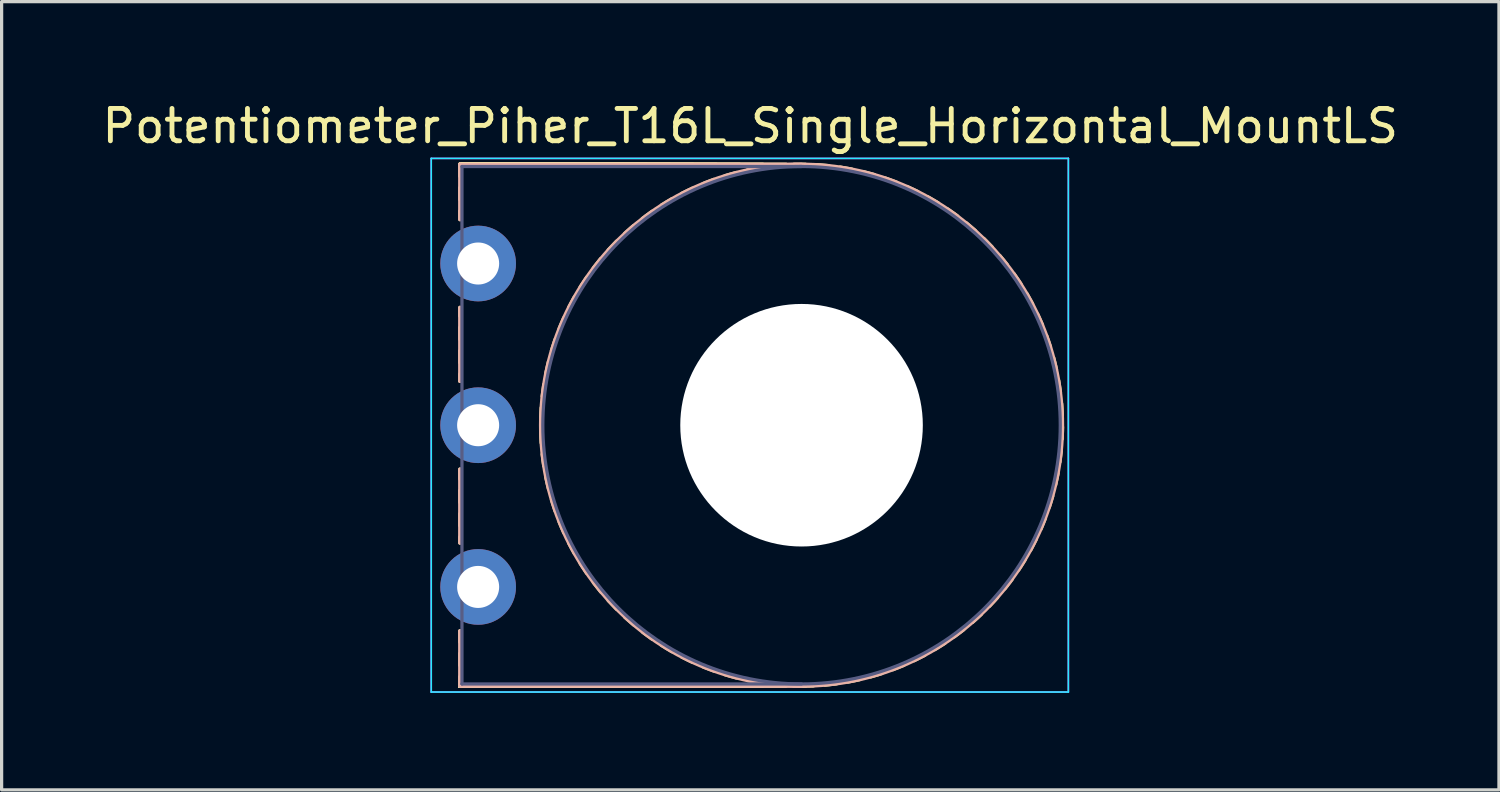
<source format=kicad_pcb>
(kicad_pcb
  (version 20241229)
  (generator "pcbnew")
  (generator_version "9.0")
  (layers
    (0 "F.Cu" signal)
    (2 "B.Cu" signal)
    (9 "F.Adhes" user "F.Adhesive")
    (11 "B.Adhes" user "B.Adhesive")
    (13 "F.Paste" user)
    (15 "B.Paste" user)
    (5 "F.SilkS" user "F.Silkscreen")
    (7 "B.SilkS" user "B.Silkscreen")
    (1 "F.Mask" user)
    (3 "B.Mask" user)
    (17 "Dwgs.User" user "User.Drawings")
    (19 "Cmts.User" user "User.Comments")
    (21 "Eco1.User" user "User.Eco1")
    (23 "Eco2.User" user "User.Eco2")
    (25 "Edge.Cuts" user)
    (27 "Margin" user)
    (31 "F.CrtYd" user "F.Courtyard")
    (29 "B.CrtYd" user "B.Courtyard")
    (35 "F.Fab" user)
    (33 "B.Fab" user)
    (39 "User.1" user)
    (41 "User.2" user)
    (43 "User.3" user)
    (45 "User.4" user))
  (footprint "Potentiometer_Piher_T16L_Single_Horizontal_MountLS"
    (layer "F.Cu")
    (at 11.734 15.098)
    (property "Reference" "Potentiometer_Piher_T16L_Single_Horizontal_MountLS" (at 8.415 -14.25 0) (layer "F.SilkS") (effects (font (size 1 1) (thickness 0.15))))
    (attr through_hole)
    (fp_line (start -0.56 -13.061) (end -0.56 -13.061) (stroke (width 0.12) (type solid)) (layer "F.SilkS"))
    (fp_line (start -0.56 -13.061) (end -0.56 -12.701) (stroke (width 0.12) (type solid)) (layer "F.SilkS"))
    (fp_line (start -0.56 -13.061) (end 0.16 -13.061) (stroke (width 0.12) (type solid)) (layer "F.SilkS"))
    (fp_line (start -0.56 -13.061) (end 0.88 -13.061) (stroke (width 0.12) (type solid)) (layer "F.SilkS"))
    (fp_line (start -0.56 -13.061) (end 1.6 -13.061) (stroke (width 0.12) (type solid)) (layer "F.SilkS"))
    (fp_line (start -0.56 -13.061) (end 2.32 -13.061) (stroke (width 0.12) (type solid)) (layer "F.SilkS"))
    (fp_line (start -0.56 -13.061) (end 3.04 -13.061) (stroke (width 0.12) (type solid)) (layer "F.SilkS"))
    (fp_line (start -0.56 -13.061) (end 3.76 -13.061) (stroke (width 0.12) (type solid)) (layer "F.SilkS"))
    (fp_line (start -0.56 -13.061) (end 4.48 -13.061) (stroke (width 0.12) (type solid)) (layer "F.SilkS"))
    (fp_line (start -0.56 -13.061) (end 5.2 -13.061) (stroke (width 0.12) (type solid)) (layer "F.SilkS"))
    (fp_line (start -0.56 -13.061) (end 5.92 -13.061) (stroke (width 0.12) (type solid)) (layer "F.SilkS"))
    (fp_line (start -0.56 -13.061) (end 6.64 -13.061) (stroke (width 0.12) (type solid)) (layer "F.SilkS"))
    (fp_line (start -0.56 -13.061) (end 7.36 -13.061) (stroke (width 0.12) (type solid)) (layer "F.SilkS"))
    (fp_line (start -0.56 -13.061) (end 8.08 -13.061) (stroke (width 0.12) (type solid)) (layer "F.SilkS"))
    (fp_line (start -0.56 -13.061) (end 8.8 -13.061) (stroke (width 0.12) (type solid)) (layer "F.SilkS"))
    (fp_line (start -0.56 -13.061) (end 9.52 -13.061) (stroke (width 0.12) (type solid)) (layer "F.SilkS"))
    (fp_line (start -0.56 -12.341) (end -0.56 -11.981) (stroke (width 0.12) (type solid)) (layer "F.SilkS"))
    (fp_line (start -0.56 -11.621) (end -0.56 -11.365) (stroke (width 0.12) (type solid)) (layer "F.SilkS"))
    (fp_line (start -0.56 -8.635) (end -0.56 -8.38) (stroke (width 0.12) (type solid)) (layer "F.SilkS"))
    (fp_line (start -0.56 -8.02) (end -0.56 -7.66) (stroke (width 0.12) (type solid)) (layer "F.SilkS"))
    (fp_line (start -0.56 -7.3) (end -0.56 -6.94) (stroke (width 0.12) (type solid)) (layer "F.SilkS"))
    (fp_line (start -0.56 -6.58) (end -0.56 -6.365) (stroke (width 0.12) (type solid)) (layer "F.SilkS"))
    (fp_line (start -0.56 -3.635) (end -0.56 -3.34) (stroke (width 0.12) (type solid)) (layer "F.SilkS"))
    (fp_line (start -0.56 -2.98) (end -0.56 -2.62) (stroke (width 0.12) (type solid)) (layer "F.SilkS"))
    (fp_line (start -0.56 -2.26) (end -0.56 -1.9) (stroke (width 0.12) (type solid)) (layer "F.SilkS"))
    (fp_line (start -0.56 -1.54) (end -0.56 -1.365) (stroke (width 0.12) (type solid)) (layer "F.SilkS"))
    (fp_line (start -0.56 1.365) (end -0.56 1.7) (stroke (width 0.12) (type solid)) (layer "F.SilkS"))
    (fp_line (start -0.56 2.06) (end -0.56 2.42) (stroke (width 0.12) (type solid)) (layer "F.SilkS"))
    (fp_line (start -0.56 2.78) (end -0.56 3.06) (stroke (width 0.12) (type solid)) (layer "F.SilkS"))
    (fp_line (start -0.56 3.06) (end -0.56 3.06) (stroke (width 0.12) (type solid)) (layer "F.SilkS"))
    (fp_line (start -0.56 3.06) (end 0.16 3.06) (stroke (width 0.12) (type solid)) (layer "F.SilkS"))
    (fp_line (start -0.56 3.06) (end 0.88 3.06) (stroke (width 0.12) (type solid)) (layer "F.SilkS"))
    (fp_line (start -0.56 3.06) (end 1.6 3.06) (stroke (width 0.12) (type solid)) (layer "F.SilkS"))
    (fp_line (start -0.56 3.06) (end 2.32 3.06) (stroke (width 0.12) (type solid)) (layer "F.SilkS"))
    (fp_line (start -0.56 3.06) (end 3.04 3.06) (stroke (width 0.12) (type solid)) (layer "F.SilkS"))
    (fp_line (start -0.56 3.06) (end 3.76 3.06) (stroke (width 0.12) (type solid)) (layer "F.SilkS"))
    (fp_line (start -0.56 3.06) (end 4.48 3.06) (stroke (width 0.12) (type solid)) (layer "F.SilkS"))
    (fp_line (start -0.56 3.06) (end 5.2 3.06) (stroke (width 0.12) (type solid)) (layer "F.SilkS"))
    (fp_line (start -0.56 3.06) (end 5.92 3.06) (stroke (width 0.12) (type solid)) (layer "F.SilkS"))
    (fp_line (start -0.56 3.06) (end 6.64 3.06) (stroke (width 0.12) (type solid)) (layer "F.SilkS"))
    (fp_line (start -0.56 3.06) (end 7.36 3.06) (stroke (width 0.12) (type solid)) (layer "F.SilkS"))
    (fp_line (start -0.56 3.06) (end 8.08 3.06) (stroke (width 0.12) (type solid)) (layer "F.SilkS"))
    (fp_line (start -0.56 3.06) (end 8.8 3.06) (stroke (width 0.12) (type solid)) (layer "F.SilkS"))
    (fp_line (start -0.56 3.06) (end 9.52 3.06) (stroke (width 0.12) (type solid)) (layer "F.SilkS"))
    (fp_arc (start 1.942736 -5.175679) (mid 1.948796 -5.358432) (end 1.959 -5.541) (stroke (width 0.12) (type solid)) (layer "F.SilkS"))
    (fp_arc (start 1.958415 -4.455649) (mid 1.948135 -4.638231) (end 1.942 -4.821) (stroke (width 0.12) (type solid)) (layer "F.SilkS"))
    (fp_arc (start 1.990219 -5.893572) (mid 2.012553 -6.075063) (end 2.039 -6.256) (stroke (width 0.12) (type solid)) (layer "F.SilkS"))
    (fp_arc (start 2.038936 -3.740566) (mid 2.012412 -3.921505) (end 1.99 -4.103) (stroke (width 0.12) (type solid)) (layer "F.SilkS"))
    (fp_arc (start 2.10209 -6.604379) (mid 2.140522 -6.783148) (end 2.183 -6.961) (stroke (width 0.12) (type solid)) (layer "F.SilkS"))
    (fp_arc (start 2.183074 -3.035378) (mid 2.140514 -3.213229) (end 2.102 -3.392) (stroke (width 0.12) (type solid)) (layer "F.SilkS"))
    (fp_arc (start 2.276578 -7.303013) (mid 2.330815 -7.477644) (end 2.389 -7.651) (stroke (width 0.12) (type solid)) (layer "F.SilkS"))
    (fp_arc (start 2.389557 -2.346036) (mid 2.331305 -2.519379) (end 2.277 -2.694) (stroke (width 0.12) (type solid)) (layer "F.SilkS"))
    (fp_arc (start 2.513 -7.982438) (mid 2.582591 -8.15153) (end 2.656 -8.319) (stroke (width 0.12) (type solid)) (layer "F.SilkS"))
    (fp_arc (start 2.65716 -1.677487) (mid 2.583671 -1.844931) (end 2.514 -2.014) (stroke (width 0.12) (type solid)) (layer "F.SilkS"))
    (fp_arc (start 2.808543 -8.63852) (mid 2.892942 -8.800738) (end 2.981 -8.961) (stroke (width 0.12) (type solid)) (layer "F.SilkS"))
    (fp_arc (start 2.982614 -1.035589) (mid 2.894478 -1.195815) (end 2.81 -1.358) (stroke (width 0.12) (type solid)) (layer "F.SilkS"))
    (fp_arc (start 3.162433 -9.266219) (mid 3.260982 -9.420247) (end 3.363 -9.572) (stroke (width 0.12) (type solid)) (layer "F.SilkS"))
    (fp_arc (start 3.363693 -0.425248) (mid 3.261612 -0.576986) (end 3.163 -0.731) (stroke (width 0.12) (type solid)) (layer "F.SilkS"))
    (fp_arc (start 3.569902 -9.860315) (mid 3.681825 -10.004946) (end 3.797 -10.147) (stroke (width 0.12) (type solid)) (layer "F.SilkS"))
    (fp_arc (start 3.798173 0.148634) (mid 3.68296 0.006606) (end 3.571 -0.138) (stroke (width 0.12) (type solid)) (layer "F.SilkS"))
    (fp_arc (start 4.029226 -10.414722) (mid 4.153608 -10.548789) (end 4.281 -10.68) (stroke (width 0.12) (type solid)) (layer "F.SilkS"))
    (fp_arc (start 4.282831 0.681196) (mid 4.155411 0.550026) (end 4.031 0.416) (stroke (width 0.12) (type solid)) (layer "F.SilkS"))
    (fp_arc (start 4.536588 -10.925263) (mid 4.672423 -11.047688) (end 4.811 -11.167) (stroke (width 0.12) (type solid)) (layer "F.SilkS"))
    (fp_arc (start 4.812489 1.168671) (mid 4.673874 1.049393) (end 4.538 0.927) (stroke (width 0.12) (type solid)) (layer "F.SilkS"))
    (fp_arc (start 5.086087 -11.389668) (mid 5.232316 -11.499507) (end 5.381 -11.606) (stroke (width 0.12) (type solid)) (layer "F.SilkS"))
    (fp_arc (start 5.382971 1.607244) (mid 5.234259 1.500795) (end 5.088 1.391) (stroke (width 0.12) (type solid)) (layer "F.SilkS"))
    (fp_arc (start 5.675996 -11.801852) (mid 5.831425 -11.898202) (end 5.989 -11.991) (stroke (width 0.12) (type solid)) (layer "F.SilkS"))
    (fp_arc (start 5.991054 1.992056) (mid 5.833455 1.899304) (end 5.678 1.803) (stroke (width 0.12) (type solid)) (layer "F.SilkS"))
    (fp_arc (start 6.300368 -12.160545) (mid 6.463774 -12.242637) (end 6.629 -12.321) (stroke (width 0.12) (type solid)) (layer "F.SilkS"))
    (fp_arc (start 6.630697 2.32238) (mid 6.465439 2.244055) (end 6.302 2.162) (stroke (width 0.12) (type solid)) (layer "F.SilkS"))
    (fp_arc (start 6.953343 -12.462477) (mid 7.123431 -12.529677) (end 7.295 -12.593) (stroke (width 0.12) (type solid)) (layer "F.SilkS"))
    (fp_arc (start 7.297678 2.593402) (mid 7.126099 2.530139) (end 6.956 2.463) (stroke (width 0.12) (type solid)) (layer "F.SilkS"))
    (fp_arc (start 7.631064 -12.704469) (mid 7.806467 -12.756231) (end 7.983 -12.804) (stroke (width 0.12) (type solid)) (layer "F.SilkS"))
    (fp_arc (start 7.984958 2.804442) (mid 7.808415 2.756717) (end 7.633 2.705) (stroke (width 0.12) (type solid)) (layer "F.SilkS"))
    (fp_arc (start 8.328579 -12.885297) (mid 8.507905 -12.921187) (end 8.688 -12.953) (stroke (width 0.12) (type solid)) (layer "F.SilkS"))
    (fp_arc (start 8.689452 2.953638) (mid 8.509342 2.921858) (end 8.33 2.886) (stroke (width 0.12) (type solid)) (layer "F.SilkS"))
    (fp_arc (start 9.037988 -13.002598) (mid 9.219793 -13.022364) (end 9.402 -13.038) (stroke (width 0.12) (type solid)) (layer "F.SilkS"))
    (fp_arc (start 9.404028 3.03831) (mid 9.221814 3.02272) (end 9.04 3.003) (stroke (width 0.12) (type solid)) (layer "F.SilkS"))
    (fp_arc (start 9.756249 -13.057237) (mid 9.939109 -13.060693) (end 10.122 -13.06) (stroke (width 0.12) (type solid)) (layer "F.SilkS"))
    (fp_arc (start 10.123739 3.059684) (mid 9.940854 3.060417) (end 9.758 3.057) (stroke (width 0.12) (type solid)) (layer "F.SilkS"))
    (fp_arc (start 10.365626 3.051703) (mid 10.18286 3.057926) (end 10 3.06) (stroke (width 0.12) (type solid)) (layer "F.SilkS"))
    (fp_arc (start 10.47546 -13.046852) (mid 10.657899 -13.033994) (end 10.84 -13.017) (stroke (width 0.12) (type solid)) (layer "F.SilkS"))
    (fp_arc (start 11.083433 2.987074) (mid 10.901949 3.009598) (end 10.72 3.028) (stroke (width 0.12) (type solid)) (layer "F.SilkS"))
    (fp_arc (start 11.191581 -12.972261) (mid 11.372144 -12.943175) (end 11.552 -12.91) (stroke (width 0.12) (type solid)) (layer "F.SilkS"))
    (fp_arc (start 11.791344 2.858829) (mid 11.612587 2.897447) (end 11.433 2.932) (stroke (width 0.12) (type solid)) (layer "F.SilkS"))
    (fp_arc (start 11.897573 -12.834144) (mid 12.07482 -12.789077) (end 12.251 -12.74) (stroke (width 0.12) (type solid)) (layer "F.SilkS"))
    (fp_arc (start 12.485409 2.668148) (mid 12.310799 2.722562) (end 12.135 2.773) (stroke (width 0.12) (type solid)) (layer "F.SilkS"))
    (fp_arc (start 12.589395 -12.633321) (mid 12.761908 -12.57261) (end 12.933 -12.508) (stroke (width 0.12) (type solid)) (layer "F.SilkS"))
    (fp_arc (start 13.159633 2.415303) (mid 12.990586 2.485078) (end 12.82 2.551) (stroke (width 0.12) (type solid)) (layer "F.SilkS"))
    (fp_arc (start 13.259919 -12.372469) (mid 13.426341 -12.296613) (end 13.591 -12.217) (stroke (width 0.12) (type solid)) (layer "F.SilkS"))
    (fp_arc (start 13.808204 2.104562) (mid 13.64604 2.189131) (end 13.482 2.27) (stroke (width 0.12) (type solid)) (layer "F.SilkS"))
    (fp_arc (start 13.904103 -12.052362) (mid 14.063097 -11.961973) (end 14.22 -11.868) (stroke (width 0.12) (type solid)) (layer "F.SilkS"))
    (fp_arc (start 14.427127 1.736107) (mid 14.273163 1.834813) (end 14.117 1.93) (stroke (width 0.12) (type solid)) (layer "F.SilkS"))
    (fp_arc (start 14.517816 -11.675814) (mid 14.66811 -11.571599) (end 14.816 -11.464) (stroke (width 0.12) (type solid)) (layer "F.SilkS"))
    (fp_arc (start 15.00959 1.31425) (mid 14.865047 1.426279) (end 14.718 1.535) (stroke (width 0.12) (type solid)) (layer "F.SilkS"))
    (fp_arc (start 15.095927 -11.245596) (mid 15.236311 -11.128375) (end 15.374 -11.008) (stroke (width 0.12) (type solid)) (layer "F.SilkS"))
    (fp_arc (start 15.553731 0.84208) (mid 15.41976 0.966576) (end 15.283 1.088) (stroke (width 0.12) (type solid)) (layer "F.SilkS"))
    (fp_arc (start 15.632215 -10.76643) (mid 15.76159 -10.637166) (end 15.888 -10.505) (stroke (width 0.12) (type solid)) (layer "F.SilkS"))
    (fp_arc (start 16.052739 0.32391) (mid 15.930396 0.45986) (end 15.805 0.593) (stroke (width 0.12) (type solid)) (layer "F.SilkS"))
    (fp_arc (start 16.124593 -10.240224) (mid 16.241903 -10.099925) (end 16.356 -9.957) (stroke (width 0.12) (type solid)) (layer "F.SilkS"))
    (fp_arc (start 16.502754 -0.237081) (mid 16.393022 -0.090777) (end 16.28 0.053) (stroke (width 0.12) (type solid)) (layer "F.SilkS"))
    (fp_arc (start 16.567791 -9.672745) (mid 16.672113 -9.522536) (end 16.773 -9.37) (stroke (width 0.12) (type solid)) (layer "F.SilkS"))
    (fp_arc (start 16.90196 -0.836808) (mid 16.805732 -0.681292) (end 16.706 -0.528) (stroke (width 0.12) (type solid)) (layer "F.SilkS"))
    (fp_arc (start 16.958588 -9.068851) (mid 17.049108 -8.909932) (end 17.136 -8.749) (stroke (width 0.12) (type solid)) (layer "F.SilkS"))
    (fp_arc (start 17.245633 -1.469049) (mid 17.16366 -1.305574) (end 17.078 -1.144) (stroke (width 0.12) (type solid)) (layer "F.SilkS"))
    (fp_arc (start 17.29385 -8.431403) (mid 17.369822 -8.265042) (end 17.442 -8.097) (stroke (width 0.12) (type solid)) (layer "F.SilkS"))
    (fp_arc (start 17.532004 -2.128718) (mid 17.464924 -1.958576) (end 17.394 -1.79) (stroke (width 0.12) (type solid)) (layer "F.SilkS"))
    (fp_arc (start 17.570262 -7.767258) (mid 17.631095 -7.594797) (end 17.688 -7.421) (stroke (width 0.12) (type solid)) (layer "F.SilkS"))
    (fp_arc (start 17.75821 -2.812684) (mid 17.706589 -2.637234) (end 17.651 -2.463) (stroke (width 0.12) (type solid)) (layer "F.SilkS"))
    (fp_arc (start 17.787643 -7.080412) (mid 17.832837 -6.903196) (end 17.874 -6.725) (stroke (width 0.12) (type solid)) (layer "F.SilkS"))
    (fp_arc (start 17.922617 -3.512863) (mid 17.886839 -3.333503) (end 17.847 -3.155) (stroke (width 0.12) (type solid)) (layer "F.SilkS"))
    (fp_arc (start 17.94168 -6.377677) (mid 17.970892 -6.197147) (end 17.996 -6.016) (stroke (width 0.12) (type solid)) (layer "F.SilkS"))
    (fp_arc (start 18.023363 -4.226167) (mid 18.003742 -4.044338) (end 17.98 -3.863) (stroke (width 0.12) (type solid)) (layer "F.SilkS"))
    (fp_arc (start 18.033144 -5.664091) (mid 18.046143 -5.481669) (end 18.055 -5.299) (stroke (width 0.12) (type solid)) (layer "F.SilkS"))
    (fp_arc (start 18.060811 -4.944605) (mid 18.057479 -4.761741) (end 18.05 -4.579) (stroke (width 0.12) (type solid)) (layer "F.SilkS"))
    (fp_line (start -0.56 -13.061) (end -0.56 -11.365) (stroke (width 0.12) (type solid)) (layer "B.SilkS"))
    (fp_line (start -0.56 -13.061) (end 10 -13.061) (stroke (width 0.12) (type solid)) (layer "B.SilkS"))
    (fp_line (start -0.56 -8.635) (end -0.56 -6.365) (stroke (width 0.12) (type solid)) (layer "B.SilkS"))
    (fp_line (start -0.56 -3.635) (end -0.56 -1.365) (stroke (width 0.12) (type solid)) (layer "B.SilkS"))
    (fp_line (start -0.56 1.365) (end -0.56 3.06) (stroke (width 0.12) (type solid)) (layer "B.SilkS"))
    (fp_line (start -0.56 3.06) (end 10 3.06) (stroke (width 0.12) (type solid)) (layer "B.SilkS"))
    (fp_circle (center 10 -5) (end 18.06 -5) (stroke (width 0.12) (type solid)) (fill no) (layer "B.SilkS"))
    (fp_line (start -1.45 -13.25) (end -1.45 3.25) (stroke (width 0.05) (type solid)) (layer "B.CrtYd"))
    (fp_line (start -1.45 3.25) (end 18.25 3.25) (stroke (width 0.05) (type solid)) (layer "B.CrtYd"))
    (fp_line (start 18.25 -13.25) (end -1.45 -13.25) (stroke (width 0.05) (type solid)) (layer "B.CrtYd"))
    (fp_line (start 18.25 3.25) (end 18.25 -13.25) (stroke (width 0.05) (type solid)) (layer "B.CrtYd"))
    (fp_line (start -1.45 -13.25) (end -1.45 3.25) (stroke (width 0.05) (type solid)) (layer "F.CrtYd"))
    (fp_line (start -1.45 3.25) (end 18.25 3.25) (stroke (width 0.05) (type solid)) (layer "F.CrtYd"))
    (fp_line (start 18.25 -13.25) (end -1.45 -13.25) (stroke (width 0.05) (type solid)) (layer "F.CrtYd"))
    (fp_line (start 18.25 3.25) (end 18.25 -13.25) (stroke (width 0.05) (type solid)) (layer "F.CrtYd"))
    (fp_line (start -0.5 -13) (end -0.5 3) (stroke (width 0.1) (type solid)) (layer "B.Fab"))
    (fp_line (start -0.5 3) (end 10 3) (stroke (width 0.1) (type solid)) (layer "B.Fab"))
    (fp_line (start 10 -13) (end -0.5 -13) (stroke (width 0.1) (type solid)) (layer "B.Fab"))
    (fp_circle (center 10 -5) (end 12 -5) (stroke (width 0.1) (type solid)) (fill no) (layer "B.Fab"))
    (fp_circle (center 10 -5) (end 13.5 -5) (stroke (width 0.1) (type solid)) (fill no) (layer "B.Fab"))
    (fp_circle (center 10 -5) (end 18 -5) (stroke (width 0.1) (type solid)) (fill no) (layer "B.Fab"))
    (pad "" np_thru_hole circle (at 10 -5) (size 7.5 7.5) (drill 7.5) (layers "*.Cu" "*.Mask"))
    (pad "1" thru_hole circle (at 0 0) (size 2.34 2.34) (drill 1.3) (layers "*.Cu" "*.Mask"))
    (pad "2" thru_hole circle (at 0 -5) (size 2.34 2.34) (drill 1.3) (layers "*.Cu" "*.Mask"))
    (pad "3" thru_hole circle (at 0 -10) (size 2.34 2.34) (drill 1.3) (layers "*.Cu" "*.Mask")))
  (gr_rect
    (start -3 -3)
    (end 43.298 21.373)
    (stroke (width 0.1) (type default))
    (fill no)
    (layer "Edge.Cuts")))
</source>
